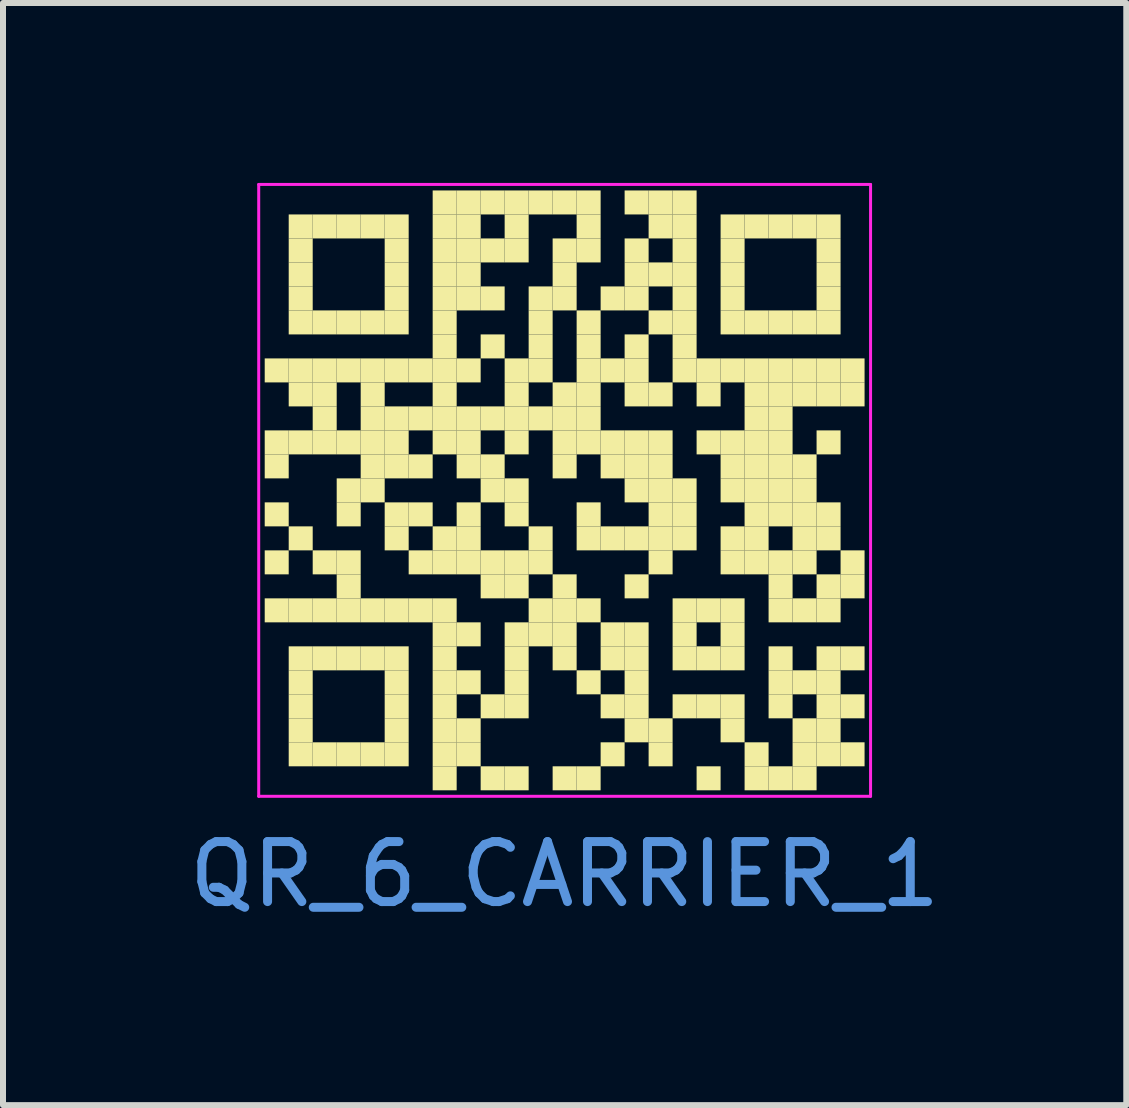
<source format=kicad_pcb>
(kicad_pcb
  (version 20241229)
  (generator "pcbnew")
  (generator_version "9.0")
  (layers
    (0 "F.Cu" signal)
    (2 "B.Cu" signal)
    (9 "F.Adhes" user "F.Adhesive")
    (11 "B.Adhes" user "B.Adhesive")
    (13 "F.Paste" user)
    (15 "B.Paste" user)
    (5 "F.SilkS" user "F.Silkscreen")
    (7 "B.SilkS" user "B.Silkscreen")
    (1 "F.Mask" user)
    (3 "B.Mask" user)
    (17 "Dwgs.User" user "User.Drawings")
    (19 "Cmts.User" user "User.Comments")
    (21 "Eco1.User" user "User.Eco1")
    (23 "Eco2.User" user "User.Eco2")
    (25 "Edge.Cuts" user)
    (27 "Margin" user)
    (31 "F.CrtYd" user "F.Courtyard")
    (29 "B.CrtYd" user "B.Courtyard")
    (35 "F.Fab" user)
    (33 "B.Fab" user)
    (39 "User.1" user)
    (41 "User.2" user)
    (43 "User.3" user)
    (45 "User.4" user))
  (footprint "QR_6_CARRIER_1"
    (layer "F.Cu")
    (at 6.363 5.125)
    (property "Reference" "QR_6_CARRIER_1" (at 0 6.4 0) (layer "Cmts.User") (effects (font (size 1 1) (thickness 0.15))))
    (fp_rect (start -5 -2.2) (end -4.6 -1.8) (stroke (width 0) (type solid)) (fill yes) (layer "F.SilkS"))
    (fp_rect (start -5 -1) (end -4.6 -0.6) (stroke (width 0) (type solid)) (fill yes) (layer "F.SilkS"))
    (fp_rect (start -5 -0.6) (end -4.6 -0.2) (stroke (width 0) (type solid)) (fill yes) (layer "F.SilkS"))
    (fp_rect (start -5 0.2) (end -4.6 0.6) (stroke (width 0) (type solid)) (fill yes) (layer "F.SilkS"))
    (fp_rect (start -5 1) (end -4.6 1.4) (stroke (width 0) (type solid)) (fill yes) (layer "F.SilkS"))
    (fp_rect (start -5 1.8) (end -4.6 2.2) (stroke (width 0) (type solid)) (fill yes) (layer "F.SilkS"))
    (fp_rect (start -4.6 -4.6) (end -4.2 -4.2) (stroke (width 0) (type solid)) (fill yes) (layer "F.SilkS"))
    (fp_rect (start -4.6 -4.2) (end -4.2 -3.8) (stroke (width 0) (type solid)) (fill yes) (layer "F.SilkS"))
    (fp_rect (start -4.6 -3.8) (end -4.2 -3.4) (stroke (width 0) (type solid)) (fill yes) (layer "F.SilkS"))
    (fp_rect (start -4.6 -3.4) (end -4.2 -3) (stroke (width 0) (type solid)) (fill yes) (layer "F.SilkS"))
    (fp_rect (start -4.6 -3) (end -4.2 -2.6) (stroke (width 0) (type solid)) (fill yes) (layer "F.SilkS"))
    (fp_rect (start -4.6 -2.2) (end -4.2 -1.8) (stroke (width 0) (type solid)) (fill yes) (layer "F.SilkS"))
    (fp_rect (start -4.6 -1.8) (end -4.2 -1.4) (stroke (width 0) (type solid)) (fill yes) (layer "F.SilkS"))
    (fp_rect (start -4.6 -1) (end -4.2 -0.6) (stroke (width 0) (type solid)) (fill yes) (layer "F.SilkS"))
    (fp_rect (start -4.6 0.6) (end -4.2 1) (stroke (width 0) (type solid)) (fill yes) (layer "F.SilkS"))
    (fp_rect (start -4.6 1.8) (end -4.2 2.2) (stroke (width 0) (type solid)) (fill yes) (layer "F.SilkS"))
    (fp_rect (start -4.6 2.6) (end -4.2 3) (stroke (width 0) (type solid)) (fill yes) (layer "F.SilkS"))
    (fp_rect (start -4.6 3) (end -4.2 3.4) (stroke (width 0) (type solid)) (fill yes) (layer "F.SilkS"))
    (fp_rect (start -4.6 3.4) (end -4.2 3.8) (stroke (width 0) (type solid)) (fill yes) (layer "F.SilkS"))
    (fp_rect (start -4.6 3.8) (end -4.2 4.2) (stroke (width 0) (type solid)) (fill yes) (layer "F.SilkS"))
    (fp_rect (start -4.6 4.2) (end -4.2 4.6) (stroke (width 0) (type solid)) (fill yes) (layer "F.SilkS"))
    (fp_rect (start -4.2 -4.6) (end -3.8 -4.2) (stroke (width 0) (type solid)) (fill yes) (layer "F.SilkS"))
    (fp_rect (start -4.2 -3) (end -3.8 -2.6) (stroke (width 0) (type solid)) (fill yes) (layer "F.SilkS"))
    (fp_rect (start -4.2 -2.2) (end -3.8 -1.8) (stroke (width 0) (type solid)) (fill yes) (layer "F.SilkS"))
    (fp_rect (start -4.2 -1.8) (end -3.8 -1.4) (stroke (width 0) (type solid)) (fill yes) (layer "F.SilkS"))
    (fp_rect (start -4.2 -1.4) (end -3.8 -1) (stroke (width 0) (type solid)) (fill yes) (layer "F.SilkS"))
    (fp_rect (start -4.2 -1) (end -3.8 -0.6) (stroke (width 0) (type solid)) (fill yes) (layer "F.SilkS"))
    (fp_rect (start -4.2 1) (end -3.8 1.4) (stroke (width 0) (type solid)) (fill yes) (layer "F.SilkS"))
    (fp_rect (start -4.2 1.8) (end -3.8 2.2) (stroke (width 0) (type solid)) (fill yes) (layer "F.SilkS"))
    (fp_rect (start -4.2 2.6) (end -3.8 3) (stroke (width 0) (type solid)) (fill yes) (layer "F.SilkS"))
    (fp_rect (start -4.2 4.2) (end -3.8 4.6) (stroke (width 0) (type solid)) (fill yes) (layer "F.SilkS"))
    (fp_rect (start -3.8 -4.6) (end -3.4 -4.2) (stroke (width 0) (type solid)) (fill yes) (layer "F.SilkS"))
    (fp_rect (start -3.8 -3) (end -3.4 -2.6) (stroke (width 0) (type solid)) (fill yes) (layer "F.SilkS"))
    (fp_rect (start -3.8 -2.2) (end -3.4 -1.8) (stroke (width 0) (type solid)) (fill yes) (layer "F.SilkS"))
    (fp_rect (start -3.8 -1) (end -3.4 -0.6) (stroke (width 0) (type solid)) (fill yes) (layer "F.SilkS"))
    (fp_rect (start -3.8 -0.2) (end -3.4 0.2) (stroke (width 0) (type solid)) (fill yes) (layer "F.SilkS"))
    (fp_rect (start -3.8 0.2) (end -3.4 0.6) (stroke (width 0) (type solid)) (fill yes) (layer "F.SilkS"))
    (fp_rect (start -3.8 1) (end -3.4 1.4) (stroke (width 0) (type solid)) (fill yes) (layer "F.SilkS"))
    (fp_rect (start -3.8 1.4) (end -3.4 1.8) (stroke (width 0) (type solid)) (fill yes) (layer "F.SilkS"))
    (fp_rect (start -3.8 1.8) (end -3.4 2.2) (stroke (width 0) (type solid)) (fill yes) (layer "F.SilkS"))
    (fp_rect (start -3.8 2.6) (end -3.4 3) (stroke (width 0) (type solid)) (fill yes) (layer "F.SilkS"))
    (fp_rect (start -3.8 4.2) (end -3.4 4.6) (stroke (width 0) (type solid)) (fill yes) (layer "F.SilkS"))
    (fp_rect (start -3.4 -4.6) (end -3 -4.2) (stroke (width 0) (type solid)) (fill yes) (layer "F.SilkS"))
    (fp_rect (start -3.4 -3) (end -3 -2.6) (stroke (width 0) (type solid)) (fill yes) (layer "F.SilkS"))
    (fp_rect (start -3.4 -2.2) (end -3 -1.8) (stroke (width 0) (type solid)) (fill yes) (layer "F.SilkS"))
    (fp_rect (start -3.4 -1.8) (end -3 -1.4) (stroke (width 0) (type solid)) (fill yes) (layer "F.SilkS"))
    (fp_rect (start -3.4 -1.4) (end -3 -1) (stroke (width 0) (type solid)) (fill yes) (layer "F.SilkS"))
    (fp_rect (start -3.4 -1) (end -3 -0.6) (stroke (width 0) (type solid)) (fill yes) (layer "F.SilkS"))
    (fp_rect (start -3.4 -0.6) (end -3 -0.2) (stroke (width 0) (type solid)) (fill yes) (layer "F.SilkS"))
    (fp_rect (start -3.4 -0.2) (end -3 0.2) (stroke (width 0) (type solid)) (fill yes) (layer "F.SilkS"))
    (fp_rect (start -3.4 1.8) (end -3 2.2) (stroke (width 0) (type solid)) (fill yes) (layer "F.SilkS"))
    (fp_rect (start -3.4 2.6) (end -3 3) (stroke (width 0) (type solid)) (fill yes) (layer "F.SilkS"))
    (fp_rect (start -3.4 4.2) (end -3 4.6) (stroke (width 0) (type solid)) (fill yes) (layer "F.SilkS"))
    (fp_rect (start -3 -4.6) (end -2.6 -4.2) (stroke (width 0) (type solid)) (fill yes) (layer "F.SilkS"))
    (fp_rect (start -3 -4.2) (end -2.6 -3.8) (stroke (width 0) (type solid)) (fill yes) (layer "F.SilkS"))
    (fp_rect (start -3 -3.8) (end -2.6 -3.4) (stroke (width 0) (type solid)) (fill yes) (layer "F.SilkS"))
    (fp_rect (start -3 -3.4) (end -2.6 -3) (stroke (width 0) (type solid)) (fill yes) (layer "F.SilkS"))
    (fp_rect (start -3 -3) (end -2.6 -2.6) (stroke (width 0) (type solid)) (fill yes) (layer "F.SilkS"))
    (fp_rect (start -3 -2.2) (end -2.6 -1.8) (stroke (width 0) (type solid)) (fill yes) (layer "F.SilkS"))
    (fp_rect (start -3 -1.4) (end -2.6 -1) (stroke (width 0) (type solid)) (fill yes) (layer "F.SilkS"))
    (fp_rect (start -3 -1) (end -2.6 -0.6) (stroke (width 0) (type solid)) (fill yes) (layer "F.SilkS"))
    (fp_rect (start -3 -0.6) (end -2.6 -0.2) (stroke (width 0) (type solid)) (fill yes) (layer "F.SilkS"))
    (fp_rect (start -3 0.2) (end -2.6 0.6) (stroke (width 0) (type solid)) (fill yes) (layer "F.SilkS"))
    (fp_rect (start -3 0.6) (end -2.6 1) (stroke (width 0) (type solid)) (fill yes) (layer "F.SilkS"))
    (fp_rect (start -3 1.8) (end -2.6 2.2) (stroke (width 0) (type solid)) (fill yes) (layer "F.SilkS"))
    (fp_rect (start -3 2.6) (end -2.6 3) (stroke (width 0) (type solid)) (fill yes) (layer "F.SilkS"))
    (fp_rect (start -3 3) (end -2.6 3.4) (stroke (width 0) (type solid)) (fill yes) (layer "F.SilkS"))
    (fp_rect (start -3 3.4) (end -2.6 3.8) (stroke (width 0) (type solid)) (fill yes) (layer "F.SilkS"))
    (fp_rect (start -3 3.8) (end -2.6 4.2) (stroke (width 0) (type solid)) (fill yes) (layer "F.SilkS"))
    (fp_rect (start -3 4.2) (end -2.6 4.6) (stroke (width 0) (type solid)) (fill yes) (layer "F.SilkS"))
    (fp_rect (start -2.6 -2.2) (end -2.2 -1.8) (stroke (width 0) (type solid)) (fill yes) (layer "F.SilkS"))
    (fp_rect (start -2.6 -1.4) (end -2.2 -1) (stroke (width 0) (type solid)) (fill yes) (layer "F.SilkS"))
    (fp_rect (start -2.6 -0.6) (end -2.2 -0.2) (stroke (width 0) (type solid)) (fill yes) (layer "F.SilkS"))
    (fp_rect (start -2.6 0.2) (end -2.2 0.6) (stroke (width 0) (type solid)) (fill yes) (layer "F.SilkS"))
    (fp_rect (start -2.6 1) (end -2.2 1.4) (stroke (width 0) (type solid)) (fill yes) (layer "F.SilkS"))
    (fp_rect (start -2.6 1.8) (end -2.2 2.2) (stroke (width 0) (type solid)) (fill yes) (layer "F.SilkS"))
    (fp_rect (start -2.2 -5) (end -1.8 -4.6) (stroke (width 0) (type solid)) (fill yes) (layer "F.SilkS"))
    (fp_rect (start -2.2 -4.6) (end -1.8 -4.2) (stroke (width 0) (type solid)) (fill yes) (layer "F.SilkS"))
    (fp_rect (start -2.2 -4.2) (end -1.8 -3.8) (stroke (width 0) (type solid)) (fill yes) (layer "F.SilkS"))
    (fp_rect (start -2.2 -3.8) (end -1.8 -3.4) (stroke (width 0) (type solid)) (fill yes) (layer "F.SilkS"))
    (fp_rect (start -2.2 -3.4) (end -1.8 -3) (stroke (width 0) (type solid)) (fill yes) (layer "F.SilkS"))
    (fp_rect (start -2.2 -3) (end -1.8 -2.6) (stroke (width 0) (type solid)) (fill yes) (layer "F.SilkS"))
    (fp_rect (start -2.2 -2.6) (end -1.8 -2.2) (stroke (width 0) (type solid)) (fill yes) (layer "F.SilkS"))
    (fp_rect (start -2.2 -2.2) (end -1.8 -1.8) (stroke (width 0) (type solid)) (fill yes) (layer "F.SilkS"))
    (fp_rect (start -2.2 -1.8) (end -1.8 -1.4) (stroke (width 0) (type solid)) (fill yes) (layer "F.SilkS"))
    (fp_rect (start -2.2 -1.4) (end -1.8 -1) (stroke (width 0) (type solid)) (fill yes) (layer "F.SilkS"))
    (fp_rect (start -2.2 -1) (end -1.8 -0.6) (stroke (width 0) (type solid)) (fill yes) (layer "F.SilkS"))
    (fp_rect (start -2.2 0.6) (end -1.8 1) (stroke (width 0) (type solid)) (fill yes) (layer "F.SilkS"))
    (fp_rect (start -2.2 1) (end -1.8 1.4) (stroke (width 0) (type solid)) (fill yes) (layer "F.SilkS"))
    (fp_rect (start -2.2 1.8) (end -1.8 2.2) (stroke (width 0) (type solid)) (fill yes) (layer "F.SilkS"))
    (fp_rect (start -2.2 2.2) (end -1.8 2.6) (stroke (width 0) (type solid)) (fill yes) (layer "F.SilkS"))
    (fp_rect (start -2.2 2.6) (end -1.8 3) (stroke (width 0) (type solid)) (fill yes) (layer "F.SilkS"))
    (fp_rect (start -2.2 3) (end -1.8 3.4) (stroke (width 0) (type solid)) (fill yes) (layer "F.SilkS"))
    (fp_rect (start -2.2 3.4) (end -1.8 3.8) (stroke (width 0) (type solid)) (fill yes) (layer "F.SilkS"))
    (fp_rect (start -2.2 3.8) (end -1.8 4.2) (stroke (width 0) (type solid)) (fill yes) (layer "F.SilkS"))
    (fp_rect (start -2.2 4.2) (end -1.8 4.6) (stroke (width 0) (type solid)) (fill yes) (layer "F.SilkS"))
    (fp_rect (start -2.2 4.6) (end -1.8 5) (stroke (width 0) (type solid)) (fill yes) (layer "F.SilkS"))
    (fp_rect (start -1.8 -5) (end -1.4 -4.6) (stroke (width 0) (type solid)) (fill yes) (layer "F.SilkS"))
    (fp_rect (start -1.8 -4.6) (end -1.4 -4.2) (stroke (width 0) (type solid)) (fill yes) (layer "F.SilkS"))
    (fp_rect (start -1.8 -4.2) (end -1.4 -3.8) (stroke (width 0) (type solid)) (fill yes) (layer "F.SilkS"))
    (fp_rect (start -1.8 -3.8) (end -1.4 -3.4) (stroke (width 0) (type solid)) (fill yes) (layer "F.SilkS"))
    (fp_rect (start -1.8 -3.4) (end -1.4 -3) (stroke (width 0) (type solid)) (fill yes) (layer "F.SilkS"))
    (fp_rect (start -1.8 -2.2) (end -1.4 -1.8) (stroke (width 0) (type solid)) (fill yes) (layer "F.SilkS"))
    (fp_rect (start -1.8 -1.4) (end -1.4 -1) (stroke (width 0) (type solid)) (fill yes) (layer "F.SilkS"))
    (fp_rect (start -1.8 -1) (end -1.4 -0.6) (stroke (width 0) (type solid)) (fill yes) (layer "F.SilkS"))
    (fp_rect (start -1.8 -0.6) (end -1.4 -0.2) (stroke (width 0) (type solid)) (fill yes) (layer "F.SilkS"))
    (fp_rect (start -1.8 0.2) (end -1.4 0.6) (stroke (width 0) (type solid)) (fill yes) (layer "F.SilkS"))
    (fp_rect (start -1.8 0.6) (end -1.4 1) (stroke (width 0) (type solid)) (fill yes) (layer "F.SilkS"))
    (fp_rect (start -1.8 1) (end -1.4 1.4) (stroke (width 0) (type solid)) (fill yes) (layer "F.SilkS"))
    (fp_rect (start -1.8 2.2) (end -1.4 2.6) (stroke (width 0) (type solid)) (fill yes) (layer "F.SilkS"))
    (fp_rect (start -1.8 3) (end -1.4 3.4) (stroke (width 0) (type solid)) (fill yes) (layer "F.SilkS"))
    (fp_rect (start -1.8 3.8) (end -1.4 4.2) (stroke (width 0) (type solid)) (fill yes) (layer "F.SilkS"))
    (fp_rect (start -1.8 4.2) (end -1.4 4.6) (stroke (width 0) (type solid)) (fill yes) (layer "F.SilkS"))
    (fp_rect (start -1.4 -5) (end -1 -4.6) (stroke (width 0) (type solid)) (fill yes) (layer "F.SilkS"))
    (fp_rect (start -1.4 -4.2) (end -1 -3.8) (stroke (width 0) (type solid)) (fill yes) (layer "F.SilkS"))
    (fp_rect (start -1.4 -3.4) (end -1 -3) (stroke (width 0) (type solid)) (fill yes) (layer "F.SilkS"))
    (fp_rect (start -1.4 -2.6) (end -1 -2.2) (stroke (width 0) (type solid)) (fill yes) (layer "F.SilkS"))
    (fp_rect (start -1.4 -1.4) (end -1 -1) (stroke (width 0) (type solid)) (fill yes) (layer "F.SilkS"))
    (fp_rect (start -1.4 -0.6) (end -1 -0.2) (stroke (width 0) (type solid)) (fill yes) (layer "F.SilkS"))
    (fp_rect (start -1.4 -0.2) (end -1 0.2) (stroke (width 0) (type solid)) (fill yes) (layer "F.SilkS"))
    (fp_rect (start -1.4 1) (end -1 1.4) (stroke (width 0) (type solid)) (fill yes) (layer "F.SilkS"))
    (fp_rect (start -1.4 1.4) (end -1 1.8) (stroke (width 0) (type solid)) (fill yes) (layer "F.SilkS"))
    (fp_rect (start -1.4 3.4) (end -1 3.8) (stroke (width 0) (type solid)) (fill yes) (layer "F.SilkS"))
    (fp_rect (start -1.4 4.6) (end -1 5) (stroke (width 0) (type solid)) (fill yes) (layer "F.SilkS"))
    (fp_rect (start -1 -5) (end -0.6 -4.6) (stroke (width 0) (type solid)) (fill yes) (layer "F.SilkS"))
    (fp_rect (start -1 -4.6) (end -0.6 -4.2) (stroke (width 0) (type solid)) (fill yes) (layer "F.SilkS"))
    (fp_rect (start -1 -4.2) (end -0.6 -3.8) (stroke (width 0) (type solid)) (fill yes) (layer "F.SilkS"))
    (fp_rect (start -1 -2.2) (end -0.6 -1.8) (stroke (width 0) (type solid)) (fill yes) (layer "F.SilkS"))
    (fp_rect (start -1 -1.8) (end -0.6 -1.4) (stroke (width 0) (type solid)) (fill yes) (layer "F.SilkS"))
    (fp_rect (start -1 -1.4) (end -0.6 -1) (stroke (width 0) (type solid)) (fill yes) (layer "F.SilkS"))
    (fp_rect (start -1 -1) (end -0.6 -0.6) (stroke (width 0) (type solid)) (fill yes) (layer "F.SilkS"))
    (fp_rect (start -1 -0.2) (end -0.6 0.2) (stroke (width 0) (type solid)) (fill yes) (layer "F.SilkS"))
    (fp_rect (start -1 0.2) (end -0.6 0.6) (stroke (width 0) (type solid)) (fill yes) (layer "F.SilkS"))
    (fp_rect (start -1 1) (end -0.6 1.4) (stroke (width 0) (type solid)) (fill yes) (layer "F.SilkS"))
    (fp_rect (start -1 1.4) (end -0.6 1.8) (stroke (width 0) (type solid)) (fill yes) (layer "F.SilkS"))
    (fp_rect (start -1 2.2) (end -0.6 2.6) (stroke (width 0) (type solid)) (fill yes) (layer "F.SilkS"))
    (fp_rect (start -1 2.6) (end -0.6 3) (stroke (width 0) (type solid)) (fill yes) (layer "F.SilkS"))
    (fp_rect (start -1 3) (end -0.6 3.4) (stroke (width 0) (type solid)) (fill yes) (layer "F.SilkS"))
    (fp_rect (start -1 3.4) (end -0.6 3.8) (stroke (width 0) (type solid)) (fill yes) (layer "F.SilkS"))
    (fp_rect (start -1 4.6) (end -0.6 5) (stroke (width 0) (type solid)) (fill yes) (layer "F.SilkS"))
    (fp_rect (start -0.6 -5) (end -0.2 -4.6) (stroke (width 0) (type solid)) (fill yes) (layer "F.SilkS"))
    (fp_rect (start -0.6 -3.4) (end -0.2 -3) (stroke (width 0) (type solid)) (fill yes) (layer "F.SilkS"))
    (fp_rect (start -0.6 -3) (end -0.2 -2.6) (stroke (width 0) (type solid)) (fill yes) (layer "F.SilkS"))
    (fp_rect (start -0.6 -2.6) (end -0.2 -2.2) (stroke (width 0) (type solid)) (fill yes) (layer "F.SilkS"))
    (fp_rect (start -0.6 -2.2) (end -0.2 -1.8) (stroke (width 0) (type solid)) (fill yes) (layer "F.SilkS"))
    (fp_rect (start -0.6 -1.4) (end -0.2 -1) (stroke (width 0) (type solid)) (fill yes) (layer "F.SilkS"))
    (fp_rect (start -0.6 0.6) (end -0.2 1) (stroke (width 0) (type solid)) (fill yes) (layer "F.SilkS"))
    (fp_rect (start -0.6 1) (end -0.2 1.4) (stroke (width 0) (type solid)) (fill yes) (layer "F.SilkS"))
    (fp_rect (start -0.6 1.8) (end -0.2 2.2) (stroke (width 0) (type solid)) (fill yes) (layer "F.SilkS"))
    (fp_rect (start -0.6 2.2) (end -0.2 2.6) (stroke (width 0) (type solid)) (fill yes) (layer "F.SilkS"))
    (fp_rect (start -0.2 -5) (end 0.2 -4.6) (stroke (width 0) (type solid)) (fill yes) (layer "F.SilkS"))
    (fp_rect (start -0.2 -4.2) (end 0.2 -3.8) (stroke (width 0) (type solid)) (fill yes) (layer "F.SilkS"))
    (fp_rect (start -0.2 -3.8) (end 0.2 -3.4) (stroke (width 0) (type solid)) (fill yes) (layer "F.SilkS"))
    (fp_rect (start -0.2 -3.4) (end 0.2 -3) (stroke (width 0) (type solid)) (fill yes) (layer "F.SilkS"))
    (fp_rect (start -0.2 -1.8) (end 0.2 -1.4) (stroke (width 0) (type solid)) (fill yes) (layer "F.SilkS"))
    (fp_rect (start -0.2 -1.4) (end 0.2 -1) (stroke (width 0) (type solid)) (fill yes) (layer "F.SilkS"))
    (fp_rect (start -0.2 -1) (end 0.2 -0.6) (stroke (width 0) (type solid)) (fill yes) (layer "F.SilkS"))
    (fp_rect (start -0.2 -0.6) (end 0.2 -0.2) (stroke (width 0) (type solid)) (fill yes) (layer "F.SilkS"))
    (fp_rect (start -0.2 1.4) (end 0.2 1.8) (stroke (width 0) (type solid)) (fill yes) (layer "F.SilkS"))
    (fp_rect (start -0.2 1.8) (end 0.2 2.2) (stroke (width 0) (type solid)) (fill yes) (layer "F.SilkS"))
    (fp_rect (start -0.2 2.2) (end 0.2 2.6) (stroke (width 0) (type solid)) (fill yes) (layer "F.SilkS"))
    (fp_rect (start -0.2 2.6) (end 0.2 3) (stroke (width 0) (type solid)) (fill yes) (layer "F.SilkS"))
    (fp_rect (start -0.2 4.6) (end 0.2 5) (stroke (width 0) (type solid)) (fill yes) (layer "F.SilkS"))
    (fp_rect (start 0.2 -5) (end 0.6 -4.6) (stroke (width 0) (type solid)) (fill yes) (layer "F.SilkS"))
    (fp_rect (start 0.2 -4.6) (end 0.6 -4.2) (stroke (width 0) (type solid)) (fill yes) (layer "F.SilkS"))
    (fp_rect (start 0.2 -4.2) (end 0.6 -3.8) (stroke (width 0) (type solid)) (fill yes) (layer "F.SilkS"))
    (fp_rect (start 0.2 -3) (end 0.6 -2.6) (stroke (width 0) (type solid)) (fill yes) (layer "F.SilkS"))
    (fp_rect (start 0.2 -2.6) (end 0.6 -2.2) (stroke (width 0) (type solid)) (fill yes) (layer "F.SilkS"))
    (fp_rect (start 0.2 -2.2) (end 0.6 -1.8) (stroke (width 0) (type solid)) (fill yes) (layer "F.SilkS"))
    (fp_rect (start 0.2 -1.8) (end 0.6 -1.4) (stroke (width 0) (type solid)) (fill yes) (layer "F.SilkS"))
    (fp_rect (start 0.2 -1.4) (end 0.6 -1) (stroke (width 0) (type solid)) (fill yes) (layer "F.SilkS"))
    (fp_rect (start 0.2 -1) (end 0.6 -0.6) (stroke (width 0) (type solid)) (fill yes) (layer "F.SilkS"))
    (fp_rect (start 0.2 0.2) (end 0.6 0.6) (stroke (width 0) (type solid)) (fill yes) (layer "F.SilkS"))
    (fp_rect (start 0.2 0.6) (end 0.6 1) (stroke (width 0) (type solid)) (fill yes) (layer "F.SilkS"))
    (fp_rect (start 0.2 1.8) (end 0.6 2.2) (stroke (width 0) (type solid)) (fill yes) (layer "F.SilkS"))
    (fp_rect (start 0.2 3) (end 0.6 3.4) (stroke (width 0) (type solid)) (fill yes) (layer "F.SilkS"))
    (fp_rect (start 0.2 4.6) (end 0.6 5) (stroke (width 0) (type solid)) (fill yes) (layer "F.SilkS"))
    (fp_rect (start 0.6 -3.4) (end 1 -3) (stroke (width 0) (type solid)) (fill yes) (layer "F.SilkS"))
    (fp_rect (start 0.6 -2.2) (end 1 -1.8) (stroke (width 0) (type solid)) (fill yes) (layer "F.SilkS"))
    (fp_rect (start 0.6 -1) (end 1 -0.6) (stroke (width 0) (type solid)) (fill yes) (layer "F.SilkS"))
    (fp_rect (start 0.6 -0.6) (end 1 -0.2) (stroke (width 0) (type solid)) (fill yes) (layer "F.SilkS"))
    (fp_rect (start 0.6 0.6) (end 1 1) (stroke (width 0) (type solid)) (fill yes) (layer "F.SilkS"))
    (fp_rect (start 0.6 2.2) (end 1 2.6) (stroke (width 0) (type solid)) (fill yes) (layer "F.SilkS"))
    (fp_rect (start 0.6 2.6) (end 1 3) (stroke (width 0) (type solid)) (fill yes) (layer "F.SilkS"))
    (fp_rect (start 0.6 3.4) (end 1 3.8) (stroke (width 0) (type solid)) (fill yes) (layer "F.SilkS"))
    (fp_rect (start 0.6 4.2) (end 1 4.6) (stroke (width 0) (type solid)) (fill yes) (layer "F.SilkS"))
    (fp_rect (start 1 -5) (end 1.4 -4.6) (stroke (width 0) (type solid)) (fill yes) (layer "F.SilkS"))
    (fp_rect (start 1 -4.2) (end 1.4 -3.8) (stroke (width 0) (type solid)) (fill yes) (layer "F.SilkS"))
    (fp_rect (start 1 -3.8) (end 1.4 -3.4) (stroke (width 0) (type solid)) (fill yes) (layer "F.SilkS"))
    (fp_rect (start 1 -3.4) (end 1.4 -3) (stroke (width 0) (type solid)) (fill yes) (layer "F.SilkS"))
    (fp_rect (start 1 -2.6) (end 1.4 -2.2) (stroke (width 0) (type solid)) (fill yes) (layer "F.SilkS"))
    (fp_rect (start 1 -2.2) (end 1.4 -1.8) (stroke (width 0) (type solid)) (fill yes) (layer "F.SilkS"))
    (fp_rect (start 1 -1.8) (end 1.4 -1.4) (stroke (width 0) (type solid)) (fill yes) (layer "F.SilkS"))
    (fp_rect (start 1 -1) (end 1.4 -0.6) (stroke (width 0) (type solid)) (fill yes) (layer "F.SilkS"))
    (fp_rect (start 1 -0.6) (end 1.4 -0.2) (stroke (width 0) (type solid)) (fill yes) (layer "F.SilkS"))
    (fp_rect (start 1 -0.2) (end 1.4 0.2) (stroke (width 0) (type solid)) (fill yes) (layer "F.SilkS"))
    (fp_rect (start 1 0.6) (end 1.4 1) (stroke (width 0) (type solid)) (fill yes) (layer "F.SilkS"))
    (fp_rect (start 1 1.4) (end 1.4 1.8) (stroke (width 0) (type solid)) (fill yes) (layer "F.SilkS"))
    (fp_rect (start 1 2.2) (end 1.4 2.6) (stroke (width 0) (type solid)) (fill yes) (layer "F.SilkS"))
    (fp_rect (start 1 2.6) (end 1.4 3) (stroke (width 0) (type solid)) (fill yes) (layer "F.SilkS"))
    (fp_rect (start 1 3) (end 1.4 3.4) (stroke (width 0) (type solid)) (fill yes) (layer "F.SilkS"))
    (fp_rect (start 1 3.4) (end 1.4 3.8) (stroke (width 0) (type solid)) (fill yes) (layer "F.SilkS"))
    (fp_rect (start 1 3.8) (end 1.4 4.2) (stroke (width 0) (type solid)) (fill yes) (layer "F.SilkS"))
    (fp_rect (start 1.4 -5) (end 1.8 -4.6) (stroke (width 0) (type solid)) (fill yes) (layer "F.SilkS"))
    (fp_rect (start 1.4 -4.6) (end 1.8 -4.2) (stroke (width 0) (type solid)) (fill yes) (layer "F.SilkS"))
    (fp_rect (start 1.4 -3.8) (end 1.8 -3.4) (stroke (width 0) (type solid)) (fill yes) (layer "F.SilkS"))
    (fp_rect (start 1.4 -3) (end 1.8 -2.6) (stroke (width 0) (type solid)) (fill yes) (layer "F.SilkS"))
    (fp_rect (start 1.4 -1.8) (end 1.8 -1.4) (stroke (width 0) (type solid)) (fill yes) (layer "F.SilkS"))
    (fp_rect (start 1.4 -1) (end 1.8 -0.6) (stroke (width 0) (type solid)) (fill yes) (layer "F.SilkS"))
    (fp_rect (start 1.4 -0.6) (end 1.8 -0.2) (stroke (width 0) (type solid)) (fill yes) (layer "F.SilkS"))
    (fp_rect (start 1.4 -0.2) (end 1.8 0.2) (stroke (width 0) (type solid)) (fill yes) (layer "F.SilkS"))
    (fp_rect (start 1.4 0.2) (end 1.8 0.6) (stroke (width 0) (type solid)) (fill yes) (layer "F.SilkS"))
    (fp_rect (start 1.4 0.6) (end 1.8 1) (stroke (width 0) (type solid)) (fill yes) (layer "F.SilkS"))
    (fp_rect (start 1.4 1) (end 1.8 1.4) (stroke (width 0) (type solid)) (fill yes) (layer "F.SilkS"))
    (fp_rect (start 1.4 3.8) (end 1.8 4.2) (stroke (width 0) (type solid)) (fill yes) (layer "F.SilkS"))
    (fp_rect (start 1.4 4.2) (end 1.8 4.6) (stroke (width 0) (type solid)) (fill yes) (layer "F.SilkS"))
    (fp_rect (start 1.8 -5) (end 2.2 -4.6) (stroke (width 0) (type solid)) (fill yes) (layer "F.SilkS"))
    (fp_rect (start 1.8 -4.6) (end 2.2 -4.2) (stroke (width 0) (type solid)) (fill yes) (layer "F.SilkS"))
    (fp_rect (start 1.8 -4.2) (end 2.2 -3.8) (stroke (width 0) (type solid)) (fill yes) (layer "F.SilkS"))
    (fp_rect (start 1.8 -3.8) (end 2.2 -3.4) (stroke (width 0) (type solid)) (fill yes) (layer "F.SilkS"))
    (fp_rect (start 1.8 -3.4) (end 2.2 -3) (stroke (width 0) (type solid)) (fill yes) (layer "F.SilkS"))
    (fp_rect (start 1.8 -3) (end 2.2 -2.6) (stroke (width 0) (type solid)) (fill yes) (layer "F.SilkS"))
    (fp_rect (start 1.8 -2.6) (end 2.2 -2.2) (stroke (width 0) (type solid)) (fill yes) (layer "F.SilkS"))
    (fp_rect (start 1.8 -2.2) (end 2.2 -1.8) (stroke (width 0) (type solid)) (fill yes) (layer "F.SilkS"))
    (fp_rect (start 1.8 -0.2) (end 2.2 0.2) (stroke (width 0) (type solid)) (fill yes) (layer "F.SilkS"))
    (fp_rect (start 1.8 0.2) (end 2.2 0.6) (stroke (width 0) (type solid)) (fill yes) (layer "F.SilkS"))
    (fp_rect (start 1.8 0.6) (end 2.2 1) (stroke (width 0) (type solid)) (fill yes) (layer "F.SilkS"))
    (fp_rect (start 1.8 1.8) (end 2.2 2.2) (stroke (width 0) (type solid)) (fill yes) (layer "F.SilkS"))
    (fp_rect (start 1.8 2.2) (end 2.2 2.6) (stroke (width 0) (type solid)) (fill yes) (layer "F.SilkS"))
    (fp_rect (start 1.8 2.6) (end 2.2 3) (stroke (width 0) (type solid)) (fill yes) (layer "F.SilkS"))
    (fp_rect (start 1.8 3.4) (end 2.2 3.8) (stroke (width 0) (type solid)) (fill yes) (layer "F.SilkS"))
    (fp_rect (start 2.2 -2.2) (end 2.6 -1.8) (stroke (width 0) (type solid)) (fill yes) (layer "F.SilkS"))
    (fp_rect (start 2.2 -1.8) (end 2.6 -1.4) (stroke (width 0) (type solid)) (fill yes) (layer "F.SilkS"))
    (fp_rect (start 2.2 -1) (end 2.6 -0.6) (stroke (width 0) (type solid)) (fill yes) (layer "F.SilkS"))
    (fp_rect (start 2.2 1.8) (end 2.6 2.2) (stroke (width 0) (type solid)) (fill yes) (layer "F.SilkS"))
    (fp_rect (start 2.2 2.6) (end 2.6 3) (stroke (width 0) (type solid)) (fill yes) (layer "F.SilkS"))
    (fp_rect (start 2.2 3.4) (end 2.6 3.8) (stroke (width 0) (type solid)) (fill yes) (layer "F.SilkS"))
    (fp_rect (start 2.2 4.6) (end 2.6 5) (stroke (width 0) (type solid)) (fill yes) (layer "F.SilkS"))
    (fp_rect (start 2.6 -4.6) (end 3 -4.2) (stroke (width 0) (type solid)) (fill yes) (layer "F.SilkS"))
    (fp_rect (start 2.6 -4.2) (end 3 -3.8) (stroke (width 0) (type solid)) (fill yes) (layer "F.SilkS"))
    (fp_rect (start 2.6 -3.8) (end 3 -3.4) (stroke (width 0) (type solid)) (fill yes) (layer "F.SilkS"))
    (fp_rect (start 2.6 -3.4) (end 3 -3) (stroke (width 0) (type solid)) (fill yes) (layer "F.SilkS"))
    (fp_rect (start 2.6 -3) (end 3 -2.6) (stroke (width 0) (type solid)) (fill yes) (layer "F.SilkS"))
    (fp_rect (start 2.6 -2.2) (end 3 -1.8) (stroke (width 0) (type solid)) (fill yes) (layer "F.SilkS"))
    (fp_rect (start 2.6 -1) (end 3 -0.6) (stroke (width 0) (type solid)) (fill yes) (layer "F.SilkS"))
    (fp_rect (start 2.6 -0.6) (end 3 -0.2) (stroke (width 0) (type solid)) (fill yes) (layer "F.SilkS"))
    (fp_rect (start 2.6 -0.2) (end 3 0.2) (stroke (width 0) (type solid)) (fill yes) (layer "F.SilkS"))
    (fp_rect (start 2.6 0.6) (end 3 1) (stroke (width 0) (type solid)) (fill yes) (layer "F.SilkS"))
    (fp_rect (start 2.6 1) (end 3 1.4) (stroke (width 0) (type solid)) (fill yes) (layer "F.SilkS"))
    (fp_rect (start 2.6 1.8) (end 3 2.2) (stroke (width 0) (type solid)) (fill yes) (layer "F.SilkS"))
    (fp_rect (start 2.6 2.2) (end 3 2.6) (stroke (width 0) (type solid)) (fill yes) (layer "F.SilkS"))
    (fp_rect (start 2.6 2.6) (end 3 3) (stroke (width 0) (type solid)) (fill yes) (layer "F.SilkS"))
    (fp_rect (start 2.6 3.4) (end 3 3.8) (stroke (width 0) (type solid)) (fill yes) (layer "F.SilkS"))
    (fp_rect (start 2.6 3.8) (end 3 4.2) (stroke (width 0) (type solid)) (fill yes) (layer "F.SilkS"))
    (fp_rect (start 3 -4.6) (end 3.4 -4.2) (stroke (width 0) (type solid)) (fill yes) (layer "F.SilkS"))
    (fp_rect (start 3 -3) (end 3.4 -2.6) (stroke (width 0) (type solid)) (fill yes) (layer "F.SilkS"))
    (fp_rect (start 3 -2.2) (end 3.4 -1.8) (stroke (width 0) (type solid)) (fill yes) (layer "F.SilkS"))
    (fp_rect (start 3 -1.8) (end 3.4 -1.4) (stroke (width 0) (type solid)) (fill yes) (layer "F.SilkS"))
    (fp_rect (start 3 -1.4) (end 3.4 -1) (stroke (width 0) (type solid)) (fill yes) (layer "F.SilkS"))
    (fp_rect (start 3 -1) (end 3.4 -0.6) (stroke (width 0) (type solid)) (fill yes) (layer "F.SilkS"))
    (fp_rect (start 3 -0.6) (end 3.4 -0.2) (stroke (width 0) (type solid)) (fill yes) (layer "F.SilkS"))
    (fp_rect (start 3 -0.2) (end 3.4 0.2) (stroke (width 0) (type solid)) (fill yes) (layer "F.SilkS"))
    (fp_rect (start 3 0.2) (end 3.4 0.6) (stroke (width 0) (type solid)) (fill yes) (layer "F.SilkS"))
    (fp_rect (start 3 0.6) (end 3.4 1) (stroke (width 0) (type solid)) (fill yes) (layer "F.SilkS"))
    (fp_rect (start 3 1) (end 3.4 1.4) (stroke (width 0) (type solid)) (fill yes) (layer "F.SilkS"))
    (fp_rect (start 3 4.2) (end 3.4 4.6) (stroke (width 0) (type solid)) (fill yes) (layer "F.SilkS"))
    (fp_rect (start 3 4.6) (end 3.4 5) (stroke (width 0) (type solid)) (fill yes) (layer "F.SilkS"))
    (fp_rect (start 3.4 -4.6) (end 3.8 -4.2) (stroke (width 0) (type solid)) (fill yes) (layer "F.SilkS"))
    (fp_rect (start 3.4 -3) (end 3.8 -2.6) (stroke (width 0) (type solid)) (fill yes) (layer "F.SilkS"))
    (fp_rect (start 3.4 -2.2) (end 3.8 -1.8) (stroke (width 0) (type solid)) (fill yes) (layer "F.SilkS"))
    (fp_rect (start 3.4 -1.8) (end 3.8 -1.4) (stroke (width 0) (type solid)) (fill yes) (layer "F.SilkS"))
    (fp_rect (start 3.4 -1.4) (end 3.8 -1) (stroke (width 0) (type solid)) (fill yes) (layer "F.SilkS"))
    (fp_rect (start 3.4 -1) (end 3.8 -0.6) (stroke (width 0) (type solid)) (fill yes) (layer "F.SilkS"))
    (fp_rect (start 3.4 -0.6) (end 3.8 -0.2) (stroke (width 0) (type solid)) (fill yes) (layer "F.SilkS"))
    (fp_rect (start 3.4 -0.2) (end 3.8 0.2) (stroke (width 0) (type solid)) (fill yes) (layer "F.SilkS"))
    (fp_rect (start 3.4 0.2) (end 3.8 0.6) (stroke (width 0) (type solid)) (fill yes) (layer "F.SilkS"))
    (fp_rect (start 3.4 1) (end 3.8 1.4) (stroke (width 0) (type solid)) (fill yes) (layer "F.SilkS"))
    (fp_rect (start 3.4 1.4) (end 3.8 1.8) (stroke (width 0) (type solid)) (fill yes) (layer "F.SilkS"))
    (fp_rect (start 3.4 1.8) (end 3.8 2.2) (stroke (width 0) (type solid)) (fill yes) (layer "F.SilkS"))
    (fp_rect (start 3.4 2.6) (end 3.8 3) (stroke (width 0) (type solid)) (fill yes) (layer "F.SilkS"))
    (fp_rect (start 3.4 3) (end 3.8 3.4) (stroke (width 0) (type solid)) (fill yes) (layer "F.SilkS"))
    (fp_rect (start 3.4 3.4) (end 3.8 3.8) (stroke (width 0) (type solid)) (fill yes) (layer "F.SilkS"))
    (fp_rect (start 3.4 4.6) (end 3.8 5) (stroke (width 0) (type solid)) (fill yes) (layer "F.SilkS"))
    (fp_rect (start 3.8 -4.6) (end 4.2 -4.2) (stroke (width 0) (type solid)) (fill yes) (layer "F.SilkS"))
    (fp_rect (start 3.8 -3) (end 4.2 -2.6) (stroke (width 0) (type solid)) (fill yes) (layer "F.SilkS"))
    (fp_rect (start 3.8 -2.2) (end 4.2 -1.8) (stroke (width 0) (type solid)) (fill yes) (layer "F.SilkS"))
    (fp_rect (start 3.8 -1.8) (end 4.2 -1.4) (stroke (width 0) (type solid)) (fill yes) (layer "F.SilkS"))
    (fp_rect (start 3.8 -0.6) (end 4.2 -0.2) (stroke (width 0) (type solid)) (fill yes) (layer "F.SilkS"))
    (fp_rect (start 3.8 -0.2) (end 4.2 0.2) (stroke (width 0) (type solid)) (fill yes) (layer "F.SilkS"))
    (fp_rect (start 3.8 0.2) (end 4.2 0.6) (stroke (width 0) (type solid)) (fill yes) (layer "F.SilkS"))
    (fp_rect (start 3.8 0.6) (end 4.2 1) (stroke (width 0) (type solid)) (fill yes) (layer "F.SilkS"))
    (fp_rect (start 3.8 1) (end 4.2 1.4) (stroke (width 0) (type solid)) (fill yes) (layer "F.SilkS"))
    (fp_rect (start 3.8 1.8) (end 4.2 2.2) (stroke (width 0) (type solid)) (fill yes) (layer "F.SilkS"))
    (fp_rect (start 3.8 3) (end 4.2 3.4) (stroke (width 0) (type solid)) (fill yes) (layer "F.SilkS"))
    (fp_rect (start 3.8 3.8) (end 4.2 4.2) (stroke (width 0) (type solid)) (fill yes) (layer "F.SilkS"))
    (fp_rect (start 3.8 4.2) (end 4.2 4.6) (stroke (width 0) (type solid)) (fill yes) (layer "F.SilkS"))
    (fp_rect (start 3.8 4.6) (end 4.2 5) (stroke (width 0) (type solid)) (fill yes) (layer "F.SilkS"))
    (fp_rect (start 4.2 -4.6) (end 4.6 -4.2) (stroke (width 0) (type solid)) (fill yes) (layer "F.SilkS"))
    (fp_rect (start 4.2 -4.2) (end 4.6 -3.8) (stroke (width 0) (type solid)) (fill yes) (layer "F.SilkS"))
    (fp_rect (start 4.2 -3.8) (end 4.6 -3.4) (stroke (width 0) (type solid)) (fill yes) (layer "F.SilkS"))
    (fp_rect (start 4.2 -3.4) (end 4.6 -3) (stroke (width 0) (type solid)) (fill yes) (layer "F.SilkS"))
    (fp_rect (start 4.2 -3) (end 4.6 -2.6) (stroke (width 0) (type solid)) (fill yes) (layer "F.SilkS"))
    (fp_rect (start 4.2 -2.2) (end 4.6 -1.8) (stroke (width 0) (type solid)) (fill yes) (layer "F.SilkS"))
    (fp_rect (start 4.2 -1.8) (end 4.6 -1.4) (stroke (width 0) (type solid)) (fill yes) (layer "F.SilkS"))
    (fp_rect (start 4.2 -1) (end 4.6 -0.6) (stroke (width 0) (type solid)) (fill yes) (layer "F.SilkS"))
    (fp_rect (start 4.2 0.2) (end 4.6 0.6) (stroke (width 0) (type solid)) (fill yes) (layer "F.SilkS"))
    (fp_rect (start 4.2 0.6) (end 4.6 1) (stroke (width 0) (type solid)) (fill yes) (layer "F.SilkS"))
    (fp_rect (start 4.2 1.4) (end 4.6 1.8) (stroke (width 0) (type solid)) (fill yes) (layer "F.SilkS"))
    (fp_rect (start 4.2 1.8) (end 4.6 2.2) (stroke (width 0) (type solid)) (fill yes) (layer "F.SilkS"))
    (fp_rect (start 4.2 2.6) (end 4.6 3) (stroke (width 0) (type solid)) (fill yes) (layer "F.SilkS"))
    (fp_rect (start 4.2 3) (end 4.6 3.4) (stroke (width 0) (type solid)) (fill yes) (layer "F.SilkS"))
    (fp_rect (start 4.2 3.4) (end 4.6 3.8) (stroke (width 0) (type solid)) (fill yes) (layer "F.SilkS"))
    (fp_rect (start 4.2 3.8) (end 4.6 4.2) (stroke (width 0) (type solid)) (fill yes) (layer "F.SilkS"))
    (fp_rect (start 4.2 4.2) (end 4.6 4.6) (stroke (width 0) (type solid)) (fill yes) (layer "F.SilkS"))
    (fp_rect (start 4.6 -2.2) (end 5 -1.8) (stroke (width 0) (type solid)) (fill yes) (layer "F.SilkS"))
    (fp_rect (start 4.6 -1.8) (end 5 -1.4) (stroke (width 0) (type solid)) (fill yes) (layer "F.SilkS"))
    (fp_rect (start 4.6 1) (end 5 1.4) (stroke (width 0) (type solid)) (fill yes) (layer "F.SilkS"))
    (fp_rect (start 4.6 1.4) (end 5 1.8) (stroke (width 0) (type solid)) (fill yes) (layer "F.SilkS"))
    (fp_rect (start 4.6 2.6) (end 5 3) (stroke (width 0) (type solid)) (fill yes) (layer "F.SilkS"))
    (fp_rect (start 4.6 3.4) (end 5 3.8) (stroke (width 0) (type solid)) (fill yes) (layer "F.SilkS"))
    (fp_rect (start 4.6 4.2) (end 5 4.6) (stroke (width 0) (type solid)) (fill yes) (layer "F.SilkS"))
    (fp_line (start -5.1 -5.1) (end 5.1 -5.1) (stroke (width 0.05) (type solid)) (layer "F.CrtYd"))
    (fp_line (start -5.1 5.1) (end -5.1 -5.1) (stroke (width 0.05) (type solid)) (layer "F.CrtYd"))
    (fp_line (start 5.1 -5.1) (end 5.1 5.1) (stroke (width 0.05) (type solid)) (layer "F.CrtYd"))
    (fp_line (start 5.1 5.1) (end -5.1 5.1) (stroke (width 0.05) (type solid)) (layer "F.CrtYd")))
  (gr_rect
    (start -3 -3)
    (end 15.726 15.373)
    (stroke (width 0.1) (type default))
    (fill no)
    (layer "Edge.Cuts")))
</source>
